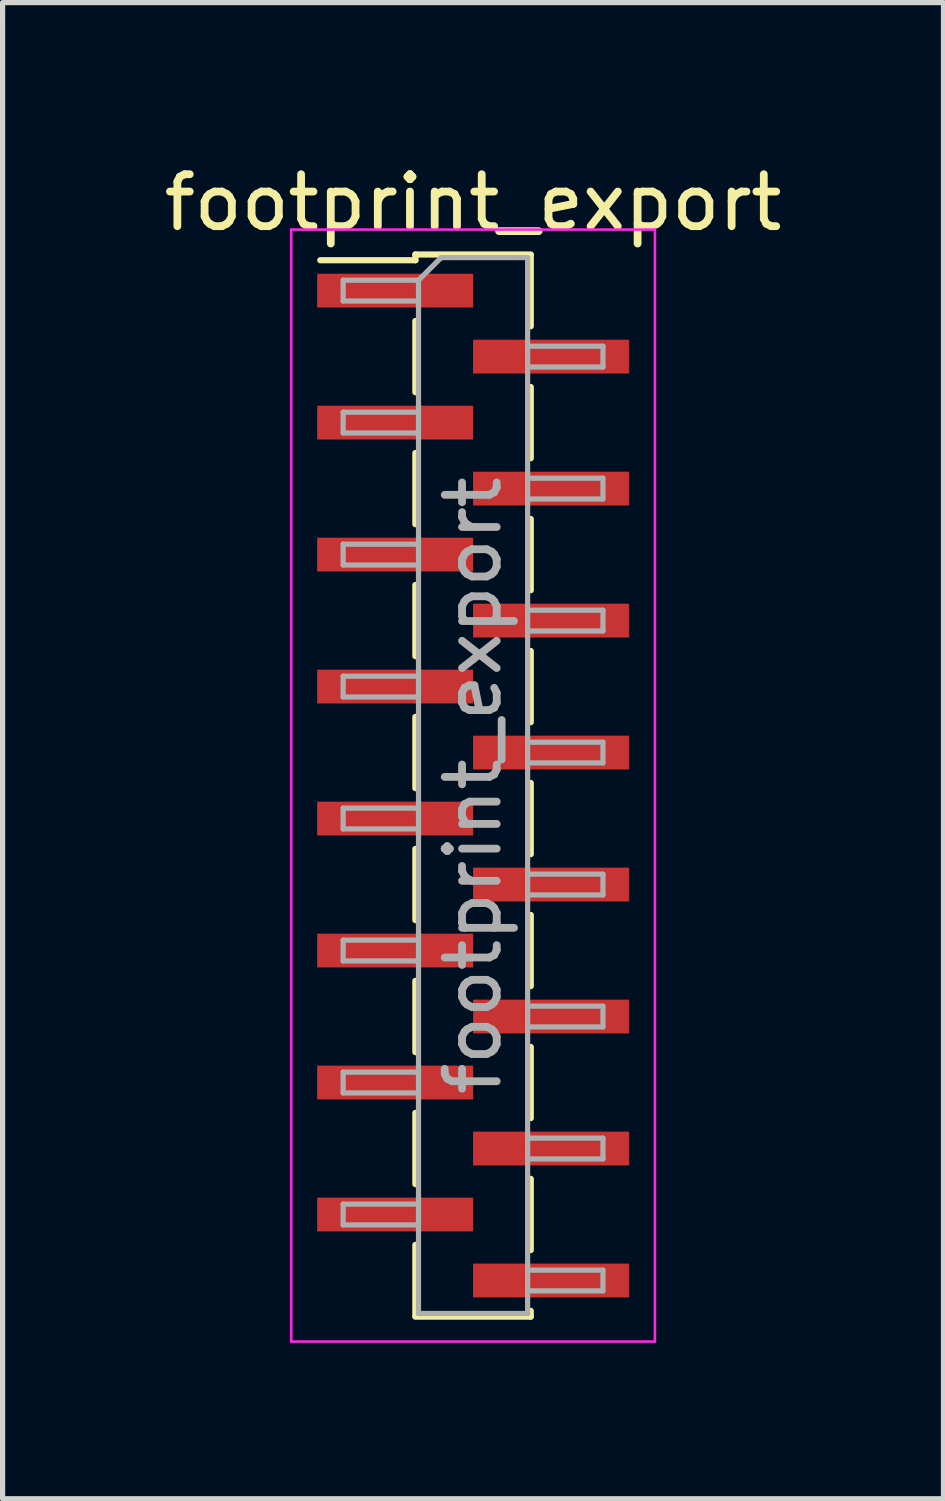
<source format=kicad_pcb>
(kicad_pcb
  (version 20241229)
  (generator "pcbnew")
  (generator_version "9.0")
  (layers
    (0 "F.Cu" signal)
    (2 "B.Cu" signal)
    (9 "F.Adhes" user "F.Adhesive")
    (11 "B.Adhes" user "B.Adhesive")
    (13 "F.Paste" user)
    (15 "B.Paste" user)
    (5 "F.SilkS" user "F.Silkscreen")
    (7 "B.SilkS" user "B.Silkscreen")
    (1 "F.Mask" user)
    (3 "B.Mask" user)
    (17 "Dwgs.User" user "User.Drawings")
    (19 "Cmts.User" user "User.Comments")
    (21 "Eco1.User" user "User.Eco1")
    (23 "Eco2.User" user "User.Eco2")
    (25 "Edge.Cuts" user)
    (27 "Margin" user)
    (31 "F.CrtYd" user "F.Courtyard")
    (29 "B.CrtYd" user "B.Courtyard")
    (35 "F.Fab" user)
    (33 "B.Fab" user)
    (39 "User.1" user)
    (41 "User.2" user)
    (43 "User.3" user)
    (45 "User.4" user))
  (footprint "footprint_export"
    (layer "F.Cu")
    (at 6.054 12.068)
    (property "Reference" "footprint_export" (at 0 -11.22 0) (layer "F.SilkS") (effects (font (size 1 1) (thickness 0.15))))
    (attr smd)
    (fp_line (start -1.11 -10.22) (end -1.11 -10.11) (stroke (width 0.12) (type solid)) (layer "F.SilkS"))
    (fp_line (start -1.11 -10.22) (end 1.11 -10.22) (stroke (width 0.12) (type solid)) (layer "F.SilkS"))
    (fp_line (start -1.11 -10.11) (end -2.94 -10.11) (stroke (width 0.12) (type solid)) (layer "F.SilkS"))
    (fp_line (start -1.11 -8.94) (end -1.11 -7.57) (stroke (width 0.12) (type solid)) (layer "F.SilkS"))
    (fp_line (start -1.11 -6.4) (end -1.11 -5.03) (stroke (width 0.12) (type solid)) (layer "F.SilkS"))
    (fp_line (start -1.11 -3.86) (end -1.11 -2.49) (stroke (width 0.12) (type solid)) (layer "F.SilkS"))
    (fp_line (start -1.11 -1.32) (end -1.11 0.05) (stroke (width 0.12) (type solid)) (layer "F.SilkS"))
    (fp_line (start -1.11 1.22) (end -1.11 2.59) (stroke (width 0.12) (type solid)) (layer "F.SilkS"))
    (fp_line (start -1.11 3.76) (end -1.11 5.13) (stroke (width 0.12) (type solid)) (layer "F.SilkS"))
    (fp_line (start -1.11 6.3) (end -1.11 7.67) (stroke (width 0.12) (type solid)) (layer "F.SilkS"))
    (fp_line (start -1.11 8.84) (end -1.11 10.21) (stroke (width 0.12) (type solid)) (layer "F.SilkS"))
    (fp_line (start -1.11 10.22) (end 1.11 10.22) (stroke (width 0.12) (type solid)) (layer "F.SilkS"))
    (fp_line (start 1.11 -10.21) (end 1.11 -8.84) (stroke (width 0.12) (type solid)) (layer "F.SilkS"))
    (fp_line (start 1.11 -7.67) (end 1.11 -6.3) (stroke (width 0.12) (type solid)) (layer "F.SilkS"))
    (fp_line (start 1.11 -5.13) (end 1.11 -3.76) (stroke (width 0.12) (type solid)) (layer "F.SilkS"))
    (fp_line (start 1.11 -2.59) (end 1.11 -1.22) (stroke (width 0.12) (type solid)) (layer "F.SilkS"))
    (fp_line (start 1.11 -0.05) (end 1.11 1.32) (stroke (width 0.12) (type solid)) (layer "F.SilkS"))
    (fp_line (start 1.11 2.49) (end 1.11 3.86) (stroke (width 0.12) (type solid)) (layer "F.SilkS"))
    (fp_line (start 1.11 5.03) (end 1.11 6.4) (stroke (width 0.12) (type solid)) (layer "F.SilkS"))
    (fp_line (start 1.11 7.57) (end 1.11 8.94) (stroke (width 0.12) (type solid)) (layer "F.SilkS"))
    (fp_line (start 1.11 10.11) (end 1.11 10.22) (stroke (width 0.12) (type solid)) (layer "F.SilkS"))
    (fp_line (start -3.5 -10.7) (end -3.5 10.7) (stroke (width 0.05) (type solid)) (layer "F.CrtYd"))
    (fp_line (start -3.5 10.7) (end 3.5 10.7) (stroke (width 0.05) (type solid)) (layer "F.CrtYd"))
    (fp_line (start 3.5 -10.7) (end -3.5 -10.7) (stroke (width 0.05) (type solid)) (layer "F.CrtYd"))
    (fp_line (start 3.5 10.7) (end 3.5 -10.7) (stroke (width 0.05) (type solid)) (layer "F.CrtYd"))
    (fp_line (start -2.5 -9.725) (end -2.5 -9.325) (stroke (width 0.1) (type solid)) (layer "F.Fab"))
    (fp_line (start -2.5 -9.325) (end -1.05 -9.325) (stroke (width 0.1) (type solid)) (layer "F.Fab"))
    (fp_line (start -2.5 -7.185) (end -2.5 -6.785) (stroke (width 0.1) (type solid)) (layer "F.Fab"))
    (fp_line (start -2.5 -6.785) (end -1.05 -6.785) (stroke (width 0.1) (type solid)) (layer "F.Fab"))
    (fp_line (start -2.5 -4.645) (end -2.5 -4.245) (stroke (width 0.1) (type solid)) (layer "F.Fab"))
    (fp_line (start -2.5 -4.245) (end -1.05 -4.245) (stroke (width 0.1) (type solid)) (layer "F.Fab"))
    (fp_line (start -2.5 -2.105) (end -2.5 -1.705) (stroke (width 0.1) (type solid)) (layer "F.Fab"))
    (fp_line (start -2.5 -1.705) (end -1.05 -1.705) (stroke (width 0.1) (type solid)) (layer "F.Fab"))
    (fp_line (start -2.5 0.435) (end -2.5 0.835) (stroke (width 0.1) (type solid)) (layer "F.Fab"))
    (fp_line (start -2.5 0.835) (end -1.05 0.835) (stroke (width 0.1) (type solid)) (layer "F.Fab"))
    (fp_line (start -2.5 2.975) (end -2.5 3.375) (stroke (width 0.1) (type solid)) (layer "F.Fab"))
    (fp_line (start -2.5 3.375) (end -1.05 3.375) (stroke (width 0.1) (type solid)) (layer "F.Fab"))
    (fp_line (start -2.5 5.515) (end -2.5 5.915) (stroke (width 0.1) (type solid)) (layer "F.Fab"))
    (fp_line (start -2.5 5.915) (end -1.05 5.915) (stroke (width 0.1) (type solid)) (layer "F.Fab"))
    (fp_line (start -2.5 8.055) (end -2.5 8.455) (stroke (width 0.1) (type solid)) (layer "F.Fab"))
    (fp_line (start -2.5 8.455) (end -1.05 8.455) (stroke (width 0.1) (type solid)) (layer "F.Fab"))
    (fp_line (start -1.05 -9.725) (end -2.5 -9.725) (stroke (width 0.1) (type solid)) (layer "F.Fab"))
    (fp_line (start -1.05 -9.725) (end -0.615 -10.16) (stroke (width 0.1) (type solid)) (layer "F.Fab"))
    (fp_line (start -1.05 -7.185) (end -2.5 -7.185) (stroke (width 0.1) (type solid)) (layer "F.Fab"))
    (fp_line (start -1.05 -4.645) (end -2.5 -4.645) (stroke (width 0.1) (type solid)) (layer "F.Fab"))
    (fp_line (start -1.05 -2.105) (end -2.5 -2.105) (stroke (width 0.1) (type solid)) (layer "F.Fab"))
    (fp_line (start -1.05 0.435) (end -2.5 0.435) (stroke (width 0.1) (type solid)) (layer "F.Fab"))
    (fp_line (start -1.05 2.975) (end -2.5 2.975) (stroke (width 0.1) (type solid)) (layer "F.Fab"))
    (fp_line (start -1.05 5.515) (end -2.5 5.515) (stroke (width 0.1) (type solid)) (layer "F.Fab"))
    (fp_line (start -1.05 8.055) (end -2.5 8.055) (stroke (width 0.1) (type solid)) (layer "F.Fab"))
    (fp_line (start -1.05 10.16) (end -1.05 -9.725) (stroke (width 0.1) (type solid)) (layer "F.Fab"))
    (fp_line (start -0.615 -10.16) (end 1.05 -10.16) (stroke (width 0.1) (type solid)) (layer "F.Fab"))
    (fp_line (start 1.05 -10.16) (end 1.05 10.16) (stroke (width 0.1) (type solid)) (layer "F.Fab"))
    (fp_line (start 1.05 -8.455) (end 2.5 -8.455) (stroke (width 0.1) (type solid)) (layer "F.Fab"))
    (fp_line (start 1.05 -5.915) (end 2.5 -5.915) (stroke (width 0.1) (type solid)) (layer "F.Fab"))
    (fp_line (start 1.05 -3.375) (end 2.5 -3.375) (stroke (width 0.1) (type solid)) (layer "F.Fab"))
    (fp_line (start 1.05 -0.835) (end 2.5 -0.835) (stroke (width 0.1) (type solid)) (layer "F.Fab"))
    (fp_line (start 1.05 1.705) (end 2.5 1.705) (stroke (width 0.1) (type solid)) (layer "F.Fab"))
    (fp_line (start 1.05 4.245) (end 2.5 4.245) (stroke (width 0.1) (type solid)) (layer "F.Fab"))
    (fp_line (start 1.05 6.785) (end 2.5 6.785) (stroke (width 0.1) (type solid)) (layer "F.Fab"))
    (fp_line (start 1.05 9.325) (end 2.5 9.325) (stroke (width 0.1) (type solid)) (layer "F.Fab"))
    (fp_line (start 1.05 10.16) (end -1.05 10.16) (stroke (width 0.1) (type solid)) (layer "F.Fab"))
    (fp_line (start 2.5 -8.455) (end 2.5 -8.055) (stroke (width 0.1) (type solid)) (layer "F.Fab"))
    (fp_line (start 2.5 -8.055) (end 1.05 -8.055) (stroke (width 0.1) (type solid)) (layer "F.Fab"))
    (fp_line (start 2.5 -5.915) (end 2.5 -5.515) (stroke (width 0.1) (type solid)) (layer "F.Fab"))
    (fp_line (start 2.5 -5.515) (end 1.05 -5.515) (stroke (width 0.1) (type solid)) (layer "F.Fab"))
    (fp_line (start 2.5 -3.375) (end 2.5 -2.975) (stroke (width 0.1) (type solid)) (layer "F.Fab"))
    (fp_line (start 2.5 -2.975) (end 1.05 -2.975) (stroke (width 0.1) (type solid)) (layer "F.Fab"))
    (fp_line (start 2.5 -0.835) (end 2.5 -0.435) (stroke (width 0.1) (type solid)) (layer "F.Fab"))
    (fp_line (start 2.5 -0.435) (end 1.05 -0.435) (stroke (width 0.1) (type solid)) (layer "F.Fab"))
    (fp_line (start 2.5 1.705) (end 2.5 2.105) (stroke (width 0.1) (type solid)) (layer "F.Fab"))
    (fp_line (start 2.5 2.105) (end 1.05 2.105) (stroke (width 0.1) (type solid)) (layer "F.Fab"))
    (fp_line (start 2.5 4.245) (end 2.5 4.645) (stroke (width 0.1) (type solid)) (layer "F.Fab"))
    (fp_line (start 2.5 4.645) (end 1.05 4.645) (stroke (width 0.1) (type solid)) (layer "F.Fab"))
    (fp_line (start 2.5 6.785) (end 2.5 7.185) (stroke (width 0.1) (type solid)) (layer "F.Fab"))
    (fp_line (start 2.5 7.185) (end 1.05 7.185) (stroke (width 0.1) (type solid)) (layer "F.Fab"))
    (fp_line (start 2.5 9.325) (end 2.5 9.725) (stroke (width 0.1) (type solid)) (layer "F.Fab"))
    (fp_line (start 2.5 9.725) (end 1.05 9.725) (stroke (width 0.1) (type solid)) (layer "F.Fab"))
    (fp_text user "${REFERENCE}" (at 0 0 90) (layer "F.Fab") (effects (font (size 1 1) (thickness 0.15))))
    (pad "1" smd rect (at -1.5 -9.525) (size 3 0.65) (layers "F.Cu" "F.Mask" "F.Paste"))
    (pad "2" smd rect (at 1.5 -8.255) (size 3 0.65) (layers "F.Cu" "F.Mask" "F.Paste"))
    (pad "3" smd rect (at -1.5 -6.985) (size 3 0.65) (layers "F.Cu" "F.Mask" "F.Paste"))
    (pad "4" smd rect (at 1.5 -5.715) (size 3 0.65) (layers "F.Cu" "F.Mask" "F.Paste"))
    (pad "5" smd rect (at -1.5 -4.445) (size 3 0.65) (layers "F.Cu" "F.Mask" "F.Paste"))
    (pad "6" smd rect (at 1.5 -3.175) (size 3 0.65) (layers "F.Cu" "F.Mask" "F.Paste"))
    (pad "7" smd rect (at -1.5 -1.905) (size 3 0.65) (layers "F.Cu" "F.Mask" "F.Paste"))
    (pad "8" smd rect (at 1.5 -0.635) (size 3 0.65) (layers "F.Cu" "F.Mask" "F.Paste"))
    (pad "9" smd rect (at -1.5 0.635) (size 3 0.65) (layers "F.Cu" "F.Mask" "F.Paste"))
    (pad "10" smd rect (at 1.5 1.905) (size 3 0.65) (layers "F.Cu" "F.Mask" "F.Paste"))
    (pad "11" smd rect (at -1.5 3.175) (size 3 0.65) (layers "F.Cu" "F.Mask" "F.Paste"))
    (pad "12" smd rect (at 1.5 4.445) (size 3 0.65) (layers "F.Cu" "F.Mask" "F.Paste"))
    (pad "13" smd rect (at -1.5 5.715) (size 3 0.65) (layers "F.Cu" "F.Mask" "F.Paste"))
    (pad "14" smd rect (at 1.5 6.985) (size 3 0.65) (layers "F.Cu" "F.Mask" "F.Paste"))
    (pad "15" smd rect (at -1.5 8.255) (size 3 0.65) (layers "F.Cu" "F.Mask" "F.Paste"))
    (pad "16" smd rect (at 1.5 9.525) (size 3 0.65) (layers "F.Cu" "F.Mask" "F.Paste")))
  (gr_rect
    (start -3 -3)
    (end 15.107 25.793)
    (stroke (width 0.1) (type default))
    (fill no)
    (layer "Edge.Cuts")))
</source>
